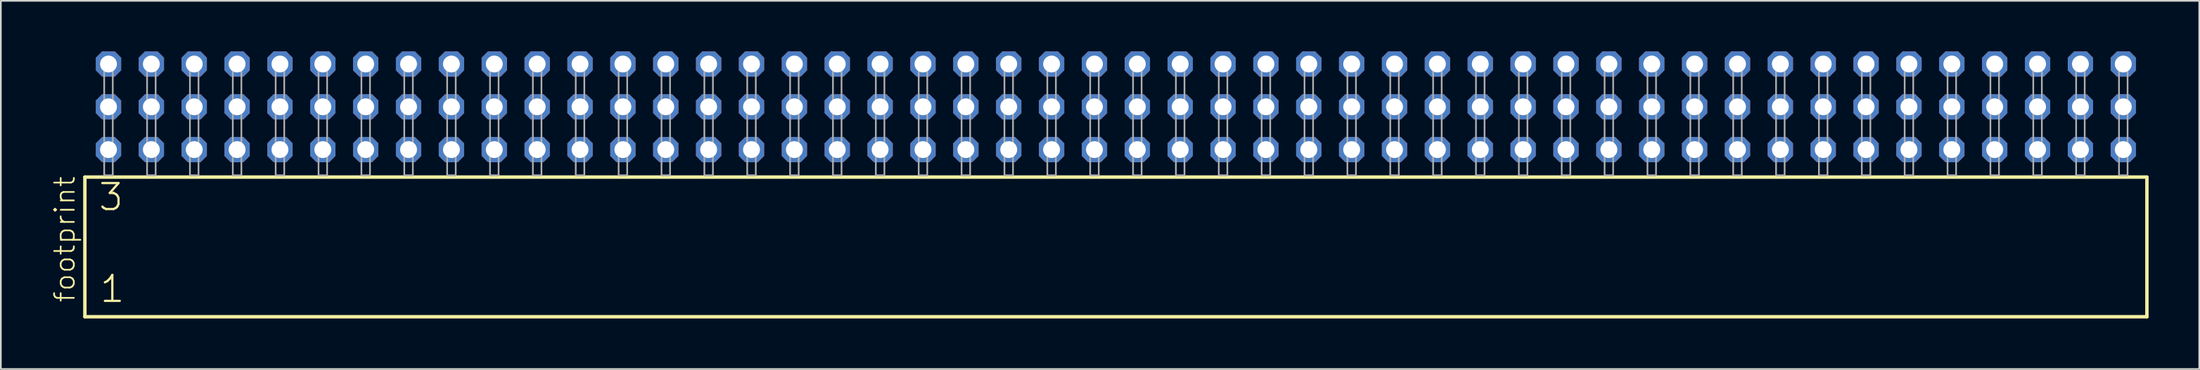
<source format=kicad_pcb>
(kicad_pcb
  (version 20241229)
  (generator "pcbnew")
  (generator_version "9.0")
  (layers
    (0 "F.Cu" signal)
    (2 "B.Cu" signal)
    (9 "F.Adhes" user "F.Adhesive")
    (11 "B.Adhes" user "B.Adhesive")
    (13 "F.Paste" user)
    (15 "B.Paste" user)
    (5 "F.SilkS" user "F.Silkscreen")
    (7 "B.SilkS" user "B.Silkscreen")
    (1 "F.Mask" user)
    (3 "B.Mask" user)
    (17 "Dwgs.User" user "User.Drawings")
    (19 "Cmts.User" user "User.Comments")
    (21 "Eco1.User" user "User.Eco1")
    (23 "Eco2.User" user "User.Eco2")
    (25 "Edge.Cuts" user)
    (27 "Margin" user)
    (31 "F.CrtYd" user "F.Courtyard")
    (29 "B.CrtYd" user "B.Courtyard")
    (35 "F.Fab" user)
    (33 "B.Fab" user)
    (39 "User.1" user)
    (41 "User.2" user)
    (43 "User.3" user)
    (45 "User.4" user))
  (footprint "footprint"
    (layer "F.Cu")
    (at 63.068 7.354)
    (property "Reference" "footprint" (at -61.595 7.62 90) (layer "F.SilkS") (effects (font (size 1.168 1.168) (thickness 0.102)) (justify left bottom)))
    (fp_line (start -61.089 0.106) (end -61.089 8.396) (stroke (width 0.203) (type solid)) (layer "F.SilkS"))
    (fp_line (start -61.089 8.396) (end 61.089 8.396) (stroke (width 0.203) (type solid)) (layer "F.SilkS"))
    (fp_line (start 61.089 0.106) (end -61.089 0.106) (stroke (width 0.203) (type solid)) (layer "F.SilkS"))
    (fp_line (start 61.089 8.396) (end 61.089 0.106) (stroke (width 0.203) (type solid)) (layer "F.SilkS"))
    (fp_poly (pts (xy -59.944 0) (xy -59.436 0) (xy -59.436 -6.858) (xy -59.944 -6.858)) (stroke (width 0.1) (type solid)) (fill no) (layer "F.Fab"))
    (fp_poly (pts (xy -57.404 0) (xy -56.896 0) (xy -56.896 -6.858) (xy -57.404 -6.858)) (stroke (width 0.1) (type solid)) (fill no) (layer "F.Fab"))
    (fp_poly (pts (xy -54.864 0) (xy -54.356 0) (xy -54.356 -6.858) (xy -54.864 -6.858)) (stroke (width 0.1) (type solid)) (fill no) (layer "F.Fab"))
    (fp_poly (pts (xy -52.324 0) (xy -51.816 0) (xy -51.816 -6.858) (xy -52.324 -6.858)) (stroke (width 0.1) (type solid)) (fill no) (layer "F.Fab"))
    (fp_poly (pts (xy -49.784 0) (xy -49.276 0) (xy -49.276 -6.858) (xy -49.784 -6.858)) (stroke (width 0.1) (type solid)) (fill no) (layer "F.Fab"))
    (fp_poly (pts (xy -47.244 0) (xy -46.736 0) (xy -46.736 -6.858) (xy -47.244 -6.858)) (stroke (width 0.1) (type solid)) (fill no) (layer "F.Fab"))
    (fp_poly (pts (xy -44.704 0) (xy -44.196 0) (xy -44.196 -6.858) (xy -44.704 -6.858)) (stroke (width 0.1) (type solid)) (fill no) (layer "F.Fab"))
    (fp_poly (pts (xy -42.164 0) (xy -41.656 0) (xy -41.656 -6.858) (xy -42.164 -6.858)) (stroke (width 0.1) (type solid)) (fill no) (layer "F.Fab"))
    (fp_poly (pts (xy -39.624 0) (xy -39.116 0) (xy -39.116 -6.858) (xy -39.624 -6.858)) (stroke (width 0.1) (type solid)) (fill no) (layer "F.Fab"))
    (fp_poly (pts (xy -37.084 0) (xy -36.576 0) (xy -36.576 -6.858) (xy -37.084 -6.858)) (stroke (width 0.1) (type solid)) (fill no) (layer "F.Fab"))
    (fp_poly (pts (xy -34.544 0) (xy -34.036 0) (xy -34.036 -6.858) (xy -34.544 -6.858)) (stroke (width 0.1) (type solid)) (fill no) (layer "F.Fab"))
    (fp_poly (pts (xy -32.004 0) (xy -31.496 0) (xy -31.496 -6.858) (xy -32.004 -6.858)) (stroke (width 0.1) (type solid)) (fill no) (layer "F.Fab"))
    (fp_poly (pts (xy -29.464 0) (xy -28.956 0) (xy -28.956 -6.858) (xy -29.464 -6.858)) (stroke (width 0.1) (type solid)) (fill no) (layer "F.Fab"))
    (fp_poly (pts (xy -26.924 0) (xy -26.416 0) (xy -26.416 -6.858) (xy -26.924 -6.858)) (stroke (width 0.1) (type solid)) (fill no) (layer "F.Fab"))
    (fp_poly (pts (xy -24.384 0) (xy -23.876 0) (xy -23.876 -6.858) (xy -24.384 -6.858)) (stroke (width 0.1) (type solid)) (fill no) (layer "F.Fab"))
    (fp_poly (pts (xy -21.844 0) (xy -21.336 0) (xy -21.336 -6.858) (xy -21.844 -6.858)) (stroke (width 0.1) (type solid)) (fill no) (layer "F.Fab"))
    (fp_poly (pts (xy -19.304 0) (xy -18.796 0) (xy -18.796 -6.858) (xy -19.304 -6.858)) (stroke (width 0.1) (type solid)) (fill no) (layer "F.Fab"))
    (fp_poly (pts (xy -16.764 0) (xy -16.256 0) (xy -16.256 -6.858) (xy -16.764 -6.858)) (stroke (width 0.1) (type solid)) (fill no) (layer "F.Fab"))
    (fp_poly (pts (xy -14.224 0) (xy -13.716 0) (xy -13.716 -6.858) (xy -14.224 -6.858)) (stroke (width 0.1) (type solid)) (fill no) (layer "F.Fab"))
    (fp_poly (pts (xy -11.684 0) (xy -11.176 0) (xy -11.176 -6.858) (xy -11.684 -6.858)) (stroke (width 0.1) (type solid)) (fill no) (layer "F.Fab"))
    (fp_poly (pts (xy -9.144 0) (xy -8.636 0) (xy -8.636 -6.858) (xy -9.144 -6.858)) (stroke (width 0.1) (type solid)) (fill no) (layer "F.Fab"))
    (fp_poly (pts (xy -6.604 0) (xy -6.096 0) (xy -6.096 -6.858) (xy -6.604 -6.858)) (stroke (width 0.1) (type solid)) (fill no) (layer "F.Fab"))
    (fp_poly (pts (xy -4.064 0) (xy -3.556 0) (xy -3.556 -6.858) (xy -4.064 -6.858)) (stroke (width 0.1) (type solid)) (fill no) (layer "F.Fab"))
    (fp_poly (pts (xy -1.524 0) (xy -1.016 0) (xy -1.016 -6.858) (xy -1.524 -6.858)) (stroke (width 0.1) (type solid)) (fill no) (layer "F.Fab"))
    (fp_poly (pts (xy 1.016 0) (xy 1.524 0) (xy 1.524 -6.858) (xy 1.016 -6.858)) (stroke (width 0.1) (type solid)) (fill no) (layer "F.Fab"))
    (fp_poly (pts (xy 3.556 0) (xy 4.064 0) (xy 4.064 -6.858) (xy 3.556 -6.858)) (stroke (width 0.1) (type solid)) (fill no) (layer "F.Fab"))
    (fp_poly (pts (xy 6.096 0) (xy 6.604 0) (xy 6.604 -6.858) (xy 6.096 -6.858)) (stroke (width 0.1) (type solid)) (fill no) (layer "F.Fab"))
    (fp_poly (pts (xy 8.636 0) (xy 9.144 0) (xy 9.144 -6.858) (xy 8.636 -6.858)) (stroke (width 0.1) (type solid)) (fill no) (layer "F.Fab"))
    (fp_poly (pts (xy 11.176 0) (xy 11.684 0) (xy 11.684 -6.858) (xy 11.176 -6.858)) (stroke (width 0.1) (type solid)) (fill no) (layer "F.Fab"))
    (fp_poly (pts (xy 13.716 0) (xy 14.224 0) (xy 14.224 -6.858) (xy 13.716 -6.858)) (stroke (width 0.1) (type solid)) (fill no) (layer "F.Fab"))
    (fp_poly (pts (xy 16.256 0) (xy 16.764 0) (xy 16.764 -6.858) (xy 16.256 -6.858)) (stroke (width 0.1) (type solid)) (fill no) (layer "F.Fab"))
    (fp_poly (pts (xy 18.796 0) (xy 19.304 0) (xy 19.304 -6.858) (xy 18.796 -6.858)) (stroke (width 0.1) (type solid)) (fill no) (layer "F.Fab"))
    (fp_poly (pts (xy 21.336 0) (xy 21.844 0) (xy 21.844 -6.858) (xy 21.336 -6.858)) (stroke (width 0.1) (type solid)) (fill no) (layer "F.Fab"))
    (fp_poly (pts (xy 23.876 0) (xy 24.384 0) (xy 24.384 -6.858) (xy 23.876 -6.858)) (stroke (width 0.1) (type solid)) (fill no) (layer "F.Fab"))
    (fp_poly (pts (xy 26.416 0) (xy 26.924 0) (xy 26.924 -6.858) (xy 26.416 -6.858)) (stroke (width 0.1) (type solid)) (fill no) (layer "F.Fab"))
    (fp_poly (pts (xy 28.956 0) (xy 29.464 0) (xy 29.464 -6.858) (xy 28.956 -6.858)) (stroke (width 0.1) (type solid)) (fill no) (layer "F.Fab"))
    (fp_poly (pts (xy 31.496 0) (xy 32.004 0) (xy 32.004 -6.858) (xy 31.496 -6.858)) (stroke (width 0.1) (type solid)) (fill no) (layer "F.Fab"))
    (fp_poly (pts (xy 34.036 0) (xy 34.544 0) (xy 34.544 -6.858) (xy 34.036 -6.858)) (stroke (width 0.1) (type solid)) (fill no) (layer "F.Fab"))
    (fp_poly (pts (xy 36.576 0) (xy 37.084 0) (xy 37.084 -6.858) (xy 36.576 -6.858)) (stroke (width 0.1) (type solid)) (fill no) (layer "F.Fab"))
    (fp_poly (pts (xy 39.116 0) (xy 39.624 0) (xy 39.624 -6.858) (xy 39.116 -6.858)) (stroke (width 0.1) (type solid)) (fill no) (layer "F.Fab"))
    (fp_poly (pts (xy 41.656 0) (xy 42.164 0) (xy 42.164 -6.858) (xy 41.656 -6.858)) (stroke (width 0.1) (type solid)) (fill no) (layer "F.Fab"))
    (fp_poly (pts (xy 44.196 0) (xy 44.704 0) (xy 44.704 -6.858) (xy 44.196 -6.858)) (stroke (width 0.1) (type solid)) (fill no) (layer "F.Fab"))
    (fp_poly (pts (xy 46.736 0) (xy 47.244 0) (xy 47.244 -6.858) (xy 46.736 -6.858)) (stroke (width 0.1) (type solid)) (fill no) (layer "F.Fab"))
    (fp_poly (pts (xy 49.276 0) (xy 49.784 0) (xy 49.784 -6.858) (xy 49.276 -6.858)) (stroke (width 0.1) (type solid)) (fill no) (layer "F.Fab"))
    (fp_poly (pts (xy 51.816 0) (xy 52.324 0) (xy 52.324 -6.858) (xy 51.816 -6.858)) (stroke (width 0.1) (type solid)) (fill no) (layer "F.Fab"))
    (fp_poly (pts (xy 54.356 0) (xy 54.864 0) (xy 54.864 -6.858) (xy 54.356 -6.858)) (stroke (width 0.1) (type solid)) (fill no) (layer "F.Fab"))
    (fp_poly (pts (xy 56.896 0) (xy 57.404 0) (xy 57.404 -6.858) (xy 56.896 -6.858)) (stroke (width 0.1) (type solid)) (fill no) (layer "F.Fab"))
    (fp_poly (pts (xy 59.436 0) (xy 59.944 0) (xy 59.944 -6.858) (xy 59.436 -6.858)) (stroke (width 0.1) (type solid)) (fill no) (layer "F.Fab"))
    (fp_text user "1" (at -60.285 7.65 0) (layer "F.SilkS") (effects (font (size 1.542 1.542) (thickness 0.134)) (justify left bottom)))
    (fp_text user "3" (at -60.36 2.2 0) (layer "F.SilkS") (effects (font (size 1.542 1.542) (thickness 0.134)) (justify left bottom)))
    (pad "1" thru_hole roundrect (at -59.69 -1.524) (size 1.5 1.5) (drill 1) (layers "*.Cu" "*.Mask") (roundrect_rratio 0.25) (chamfer_ratio 0.25) (chamfer top_left top_right bottom_left bottom_right))
    (pad "2" thru_hole roundrect (at -59.69 -4.064) (size 1.5 1.5) (drill 1) (layers "*.Cu" "*.Mask") (roundrect_rratio 0.25) (chamfer_ratio 0.25) (chamfer top_left top_right bottom_left bottom_right))
    (pad "3" thru_hole roundrect (at -59.69 -6.604) (size 1.5 1.5) (drill 1) (layers "*.Cu" "*.Mask") (roundrect_rratio 0.25) (chamfer_ratio 0.25) (chamfer top_left top_right bottom_left bottom_right))
    (pad "4" thru_hole roundrect (at -57.15 -1.524) (size 1.5 1.5) (drill 1) (layers "*.Cu" "*.Mask") (roundrect_rratio 0.25) (chamfer_ratio 0.25) (chamfer top_left top_right bottom_left bottom_right))
    (pad "5" thru_hole roundrect (at -57.15 -4.064) (size 1.5 1.5) (drill 1) (layers "*.Cu" "*.Mask") (roundrect_rratio 0.25) (chamfer_ratio 0.25) (chamfer top_left top_right bottom_left bottom_right))
    (pad "6" thru_hole roundrect (at -57.15 -6.604) (size 1.5 1.5) (drill 1) (layers "*.Cu" "*.Mask") (roundrect_rratio 0.25) (chamfer_ratio 0.25) (chamfer top_left top_right bottom_left bottom_right))
    (pad "7" thru_hole roundrect (at -54.61 -1.524) (size 1.5 1.5) (drill 1) (layers "*.Cu" "*.Mask") (roundrect_rratio 0.25) (chamfer_ratio 0.25) (chamfer top_left top_right bottom_left bottom_right))
    (pad "8" thru_hole roundrect (at -54.61 -4.064) (size 1.5 1.5) (drill 1) (layers "*.Cu" "*.Mask") (roundrect_rratio 0.25) (chamfer_ratio 0.25) (chamfer top_left top_right bottom_left bottom_right))
    (pad "9" thru_hole roundrect (at -54.61 -6.604) (size 1.5 1.5) (drill 1) (layers "*.Cu" "*.Mask") (roundrect_rratio 0.25) (chamfer_ratio 0.25) (chamfer top_left top_right bottom_left bottom_right))
    (pad "10" thru_hole roundrect (at -52.07 -1.524) (size 1.5 1.5) (drill 1) (layers "*.Cu" "*.Mask") (roundrect_rratio 0.25) (chamfer_ratio 0.25) (chamfer top_left top_right bottom_left bottom_right))
    (pad "11" thru_hole roundrect (at -52.07 -4.064) (size 1.5 1.5) (drill 1) (layers "*.Cu" "*.Mask") (roundrect_rratio 0.25) (chamfer_ratio 0.25) (chamfer top_left top_right bottom_left bottom_right))
    (pad "12" thru_hole roundrect (at -52.07 -6.604) (size 1.5 1.5) (drill 1) (layers "*.Cu" "*.Mask") (roundrect_rratio 0.25) (chamfer_ratio 0.25) (chamfer top_left top_right bottom_left bottom_right))
    (pad "13" thru_hole roundrect (at -49.53 -1.524) (size 1.5 1.5) (drill 1) (layers "*.Cu" "*.Mask") (roundrect_rratio 0.25) (chamfer_ratio 0.25) (chamfer top_left top_right bottom_left bottom_right))
    (pad "14" thru_hole roundrect (at -49.53 -4.064) (size 1.5 1.5) (drill 1) (layers "*.Cu" "*.Mask") (roundrect_rratio 0.25) (chamfer_ratio 0.25) (chamfer top_left top_right bottom_left bottom_right))
    (pad "15" thru_hole roundrect (at -49.53 -6.604) (size 1.5 1.5) (drill 1) (layers "*.Cu" "*.Mask") (roundrect_rratio 0.25) (chamfer_ratio 0.25) (chamfer top_left top_right bottom_left bottom_right))
    (pad "16" thru_hole roundrect (at -46.99 -1.524) (size 1.5 1.5) (drill 1) (layers "*.Cu" "*.Mask") (roundrect_rratio 0.25) (chamfer_ratio 0.25) (chamfer top_left top_right bottom_left bottom_right))
    (pad "17" thru_hole roundrect (at -46.99 -4.064) (size 1.5 1.5) (drill 1) (layers "*.Cu" "*.Mask") (roundrect_rratio 0.25) (chamfer_ratio 0.25) (chamfer top_left top_right bottom_left bottom_right))
    (pad "18" thru_hole roundrect (at -46.99 -6.604) (size 1.5 1.5) (drill 1) (layers "*.Cu" "*.Mask") (roundrect_rratio 0.25) (chamfer_ratio 0.25) (chamfer top_left top_right bottom_left bottom_right))
    (pad "19" thru_hole roundrect (at -44.45 -1.524) (size 1.5 1.5) (drill 1) (layers "*.Cu" "*.Mask") (roundrect_rratio 0.25) (chamfer_ratio 0.25) (chamfer top_left top_right bottom_left bottom_right))
    (pad "20" thru_hole roundrect (at -44.45 -4.064) (size 1.5 1.5) (drill 1) (layers "*.Cu" "*.Mask") (roundrect_rratio 0.25) (chamfer_ratio 0.25) (chamfer top_left top_right bottom_left bottom_right))
    (pad "21" thru_hole roundrect (at -44.45 -6.604) (size 1.5 1.5) (drill 1) (layers "*.Cu" "*.Mask") (roundrect_rratio 0.25) (chamfer_ratio 0.25) (chamfer top_left top_right bottom_left bottom_right))
    (pad "22" thru_hole roundrect (at -41.91 -1.524) (size 1.5 1.5) (drill 1) (layers "*.Cu" "*.Mask") (roundrect_rratio 0.25) (chamfer_ratio 0.25) (chamfer top_left top_right bottom_left bottom_right))
    (pad "23" thru_hole roundrect (at -41.91 -4.064) (size 1.5 1.5) (drill 1) (layers "*.Cu" "*.Mask") (roundrect_rratio 0.25) (chamfer_ratio 0.25) (chamfer top_left top_right bottom_left bottom_right))
    (pad "24" thru_hole roundrect (at -41.91 -6.604) (size 1.5 1.5) (drill 1) (layers "*.Cu" "*.Mask") (roundrect_rratio 0.25) (chamfer_ratio 0.25) (chamfer top_left top_right bottom_left bottom_right))
    (pad "25" thru_hole roundrect (at -39.37 -1.524) (size 1.5 1.5) (drill 1) (layers "*.Cu" "*.Mask") (roundrect_rratio 0.25) (chamfer_ratio 0.25) (chamfer top_left top_right bottom_left bottom_right))
    (pad "26" thru_hole roundrect (at -39.37 -4.064) (size 1.5 1.5) (drill 1) (layers "*.Cu" "*.Mask") (roundrect_rratio 0.25) (chamfer_ratio 0.25) (chamfer top_left top_right bottom_left bottom_right))
    (pad "27" thru_hole roundrect (at -39.37 -6.604) (size 1.5 1.5) (drill 1) (layers "*.Cu" "*.Mask") (roundrect_rratio 0.25) (chamfer_ratio 0.25) (chamfer top_left top_right bottom_left bottom_right))
    (pad "28" thru_hole roundrect (at -36.83 -1.524) (size 1.5 1.5) (drill 1) (layers "*.Cu" "*.Mask") (roundrect_rratio 0.25) (chamfer_ratio 0.25) (chamfer top_left top_right bottom_left bottom_right))
    (pad "29" thru_hole roundrect (at -36.83 -4.064) (size 1.5 1.5) (drill 1) (layers "*.Cu" "*.Mask") (roundrect_rratio 0.25) (chamfer_ratio 0.25) (chamfer top_left top_right bottom_left bottom_right))
    (pad "30" thru_hole roundrect (at -36.83 -6.604) (size 1.5 1.5) (drill 1) (layers "*.Cu" "*.Mask") (roundrect_rratio 0.25) (chamfer_ratio 0.25) (chamfer top_left top_right bottom_left bottom_right))
    (pad "31" thru_hole roundrect (at -34.29 -1.524) (size 1.5 1.5) (drill 1) (layers "*.Cu" "*.Mask") (roundrect_rratio 0.25) (chamfer_ratio 0.25) (chamfer top_left top_right bottom_left bottom_right))
    (pad "32" thru_hole roundrect (at -34.29 -4.064) (size 1.5 1.5) (drill 1) (layers "*.Cu" "*.Mask") (roundrect_rratio 0.25) (chamfer_ratio 0.25) (chamfer top_left top_right bottom_left bottom_right))
    (pad "33" thru_hole roundrect (at -34.29 -6.604) (size 1.5 1.5) (drill 1) (layers "*.Cu" "*.Mask") (roundrect_rratio 0.25) (chamfer_ratio 0.25) (chamfer top_left top_right bottom_left bottom_right))
    (pad "34" thru_hole roundrect (at -31.75 -1.524) (size 1.5 1.5) (drill 1) (layers "*.Cu" "*.Mask") (roundrect_rratio 0.25) (chamfer_ratio 0.25) (chamfer top_left top_right bottom_left bottom_right))
    (pad "35" thru_hole roundrect (at -31.75 -4.064) (size 1.5 1.5) (drill 1) (layers "*.Cu" "*.Mask") (roundrect_rratio 0.25) (chamfer_ratio 0.25) (chamfer top_left top_right bottom_left bottom_right))
    (pad "36" thru_hole roundrect (at -31.75 -6.604) (size 1.5 1.5) (drill 1) (layers "*.Cu" "*.Mask") (roundrect_rratio 0.25) (chamfer_ratio 0.25) (chamfer top_left top_right bottom_left bottom_right))
    (pad "37" thru_hole roundrect (at -29.21 -1.524) (size 1.5 1.5) (drill 1) (layers "*.Cu" "*.Mask") (roundrect_rratio 0.25) (chamfer_ratio 0.25) (chamfer top_left top_right bottom_left bottom_right))
    (pad "38" thru_hole roundrect (at -29.21 -4.064) (size 1.5 1.5) (drill 1) (layers "*.Cu" "*.Mask") (roundrect_rratio 0.25) (chamfer_ratio 0.25) (chamfer top_left top_right bottom_left bottom_right))
    (pad "39" thru_hole roundrect (at -29.21 -6.604) (size 1.5 1.5) (drill 1) (layers "*.Cu" "*.Mask") (roundrect_rratio 0.25) (chamfer_ratio 0.25) (chamfer top_left top_right bottom_left bottom_right))
    (pad "40" thru_hole roundrect (at -26.67 -1.524) (size 1.5 1.5) (drill 1) (layers "*.Cu" "*.Mask") (roundrect_rratio 0.25) (chamfer_ratio 0.25) (chamfer top_left top_right bottom_left bottom_right))
    (pad "41" thru_hole roundrect (at -26.67 -4.064) (size 1.5 1.5) (drill 1) (layers "*.Cu" "*.Mask") (roundrect_rratio 0.25) (chamfer_ratio 0.25) (chamfer top_left top_right bottom_left bottom_right))
    (pad "42" thru_hole roundrect (at -26.67 -6.604) (size 1.5 1.5) (drill 1) (layers "*.Cu" "*.Mask") (roundrect_rratio 0.25) (chamfer_ratio 0.25) (chamfer top_left top_right bottom_left bottom_right))
    (pad "43" thru_hole roundrect (at -24.13 -1.524) (size 1.5 1.5) (drill 1) (layers "*.Cu" "*.Mask") (roundrect_rratio 0.25) (chamfer_ratio 0.25) (chamfer top_left top_right bottom_left bottom_right))
    (pad "44" thru_hole roundrect (at -24.13 -4.064) (size 1.5 1.5) (drill 1) (layers "*.Cu" "*.Mask") (roundrect_rratio 0.25) (chamfer_ratio 0.25) (chamfer top_left top_right bottom_left bottom_right))
    (pad "45" thru_hole roundrect (at -24.13 -6.604) (size 1.5 1.5) (drill 1) (layers "*.Cu" "*.Mask") (roundrect_rratio 0.25) (chamfer_ratio 0.25) (chamfer top_left top_right bottom_left bottom_right))
    (pad "46" thru_hole roundrect (at -21.59 -1.524) (size 1.5 1.5) (drill 1) (layers "*.Cu" "*.Mask") (roundrect_rratio 0.25) (chamfer_ratio 0.25) (chamfer top_left top_right bottom_left bottom_right))
    (pad "47" thru_hole roundrect (at -21.59 -4.064) (size 1.5 1.5) (drill 1) (layers "*.Cu" "*.Mask") (roundrect_rratio 0.25) (chamfer_ratio 0.25) (chamfer top_left top_right bottom_left bottom_right))
    (pad "48" thru_hole roundrect (at -21.59 -6.604) (size 1.5 1.5) (drill 1) (layers "*.Cu" "*.Mask") (roundrect_rratio 0.25) (chamfer_ratio 0.25) (chamfer top_left top_right bottom_left bottom_right))
    (pad "49" thru_hole roundrect (at -19.05 -1.524) (size 1.5 1.5) (drill 1) (layers "*.Cu" "*.Mask") (roundrect_rratio 0.25) (chamfer_ratio 0.25) (chamfer top_left top_right bottom_left bottom_right))
    (pad "50" thru_hole roundrect (at -19.05 -4.064) (size 1.5 1.5) (drill 1) (layers "*.Cu" "*.Mask") (roundrect_rratio 0.25) (chamfer_ratio 0.25) (chamfer top_left top_right bottom_left bottom_right))
    (pad "51" thru_hole roundrect (at -19.05 -6.604) (size 1.5 1.5) (drill 1) (layers "*.Cu" "*.Mask") (roundrect_rratio 0.25) (chamfer_ratio 0.25) (chamfer top_left top_right bottom_left bottom_right))
    (pad "52" thru_hole roundrect (at -16.51 -1.524) (size 1.5 1.5) (drill 1) (layers "*.Cu" "*.Mask") (roundrect_rratio 0.25) (chamfer_ratio 0.25) (chamfer top_left top_right bottom_left bottom_right))
    (pad "53" thru_hole roundrect (at -16.51 -4.064) (size 1.5 1.5) (drill 1) (layers "*.Cu" "*.Mask") (roundrect_rratio 0.25) (chamfer_ratio 0.25) (chamfer top_left top_right bottom_left bottom_right))
    (pad "54" thru_hole roundrect (at -16.51 -6.604) (size 1.5 1.5) (drill 1) (layers "*.Cu" "*.Mask") (roundrect_rratio 0.25) (chamfer_ratio 0.25) (chamfer top_left top_right bottom_left bottom_right))
    (pad "55" thru_hole roundrect (at -13.97 -1.524) (size 1.5 1.5) (drill 1) (layers "*.Cu" "*.Mask") (roundrect_rratio 0.25) (chamfer_ratio 0.25) (chamfer top_left top_right bottom_left bottom_right))
    (pad "56" thru_hole roundrect (at -13.97 -4.064) (size 1.5 1.5) (drill 1) (layers "*.Cu" "*.Mask") (roundrect_rratio 0.25) (chamfer_ratio 0.25) (chamfer top_left top_right bottom_left bottom_right))
    (pad "57" thru_hole roundrect (at -13.97 -6.604) (size 1.5 1.5) (drill 1) (layers "*.Cu" "*.Mask") (roundrect_rratio 0.25) (chamfer_ratio 0.25) (chamfer top_left top_right bottom_left bottom_right))
    (pad "58" thru_hole roundrect (at -11.43 -1.524) (size 1.5 1.5) (drill 1) (layers "*.Cu" "*.Mask") (roundrect_rratio 0.25) (chamfer_ratio 0.25) (chamfer top_left top_right bottom_left bottom_right))
    (pad "59" thru_hole roundrect (at -11.43 -4.064) (size 1.5 1.5) (drill 1) (layers "*.Cu" "*.Mask") (roundrect_rratio 0.25) (chamfer_ratio 0.25) (chamfer top_left top_right bottom_left bottom_right))
    (pad "60" thru_hole roundrect (at -11.43 -6.604) (size 1.5 1.5) (drill 1) (layers "*.Cu" "*.Mask") (roundrect_rratio 0.25) (chamfer_ratio 0.25) (chamfer top_left top_right bottom_left bottom_right))
    (pad "61" thru_hole roundrect (at -8.89 -1.524) (size 1.5 1.5) (drill 1) (layers "*.Cu" "*.Mask") (roundrect_rratio 0.25) (chamfer_ratio 0.25) (chamfer top_left top_right bottom_left bottom_right))
    (pad "62" thru_hole roundrect (at -8.89 -4.064) (size 1.5 1.5) (drill 1) (layers "*.Cu" "*.Mask") (roundrect_rratio 0.25) (chamfer_ratio 0.25) (chamfer top_left top_right bottom_left bottom_right))
    (pad "63" thru_hole roundrect (at -8.89 -6.604) (size 1.5 1.5) (drill 1) (layers "*.Cu" "*.Mask") (roundrect_rratio 0.25) (chamfer_ratio 0.25) (chamfer top_left top_right bottom_left bottom_right))
    (pad "64" thru_hole roundrect (at -6.35 -1.524) (size 1.5 1.5) (drill 1) (layers "*.Cu" "*.Mask") (roundrect_rratio 0.25) (chamfer_ratio 0.25) (chamfer top_left top_right bottom_left bottom_right))
    (pad "65" thru_hole roundrect (at -6.35 -4.064) (size 1.5 1.5) (drill 1) (layers "*.Cu" "*.Mask") (roundrect_rratio 0.25) (chamfer_ratio 0.25) (chamfer top_left top_right bottom_left bottom_right))
    (pad "66" thru_hole roundrect (at -6.35 -6.604) (size 1.5 1.5) (drill 1) (layers "*.Cu" "*.Mask") (roundrect_rratio 0.25) (chamfer_ratio 0.25) (chamfer top_left top_right bottom_left bottom_right))
    (pad "67" thru_hole roundrect (at -3.81 -1.524) (size 1.5 1.5) (drill 1) (layers "*.Cu" "*.Mask") (roundrect_rratio 0.25) (chamfer_ratio 0.25) (chamfer top_left top_right bottom_left bottom_right))
    (pad "68" thru_hole roundrect (at -3.81 -4.064) (size 1.5 1.5) (drill 1) (layers "*.Cu" "*.Mask") (roundrect_rratio 0.25) (chamfer_ratio 0.25) (chamfer top_left top_right bottom_left bottom_right))
    (pad "69" thru_hole roundrect (at -3.81 -6.604) (size 1.5 1.5) (drill 1) (layers "*.Cu" "*.Mask") (roundrect_rratio 0.25) (chamfer_ratio 0.25) (chamfer top_left top_right bottom_left bottom_right))
    (pad "70" thru_hole roundrect (at -1.27 -1.524) (size 1.5 1.5) (drill 1) (layers "*.Cu" "*.Mask") (roundrect_rratio 0.25) (chamfer_ratio 0.25) (chamfer top_left top_right bottom_left bottom_right))
    (pad "71" thru_hole roundrect (at -1.27 -4.064) (size 1.5 1.5) (drill 1) (layers "*.Cu" "*.Mask") (roundrect_rratio 0.25) (chamfer_ratio 0.25) (chamfer top_left top_right bottom_left bottom_right))
    (pad "72" thru_hole roundrect (at -1.27 -6.604) (size 1.5 1.5) (drill 1) (layers "*.Cu" "*.Mask") (roundrect_rratio 0.25) (chamfer_ratio 0.25) (chamfer top_left top_right bottom_left bottom_right))
    (pad "73" thru_hole roundrect (at 1.27 -1.524) (size 1.5 1.5) (drill 1) (layers "*.Cu" "*.Mask") (roundrect_rratio 0.25) (chamfer_ratio 0.25) (chamfer top_left top_right bottom_left bottom_right))
    (pad "74" thru_hole roundrect (at 1.27 -4.064) (size 1.5 1.5) (drill 1) (layers "*.Cu" "*.Mask") (roundrect_rratio 0.25) (chamfer_ratio 0.25) (chamfer top_left top_right bottom_left bottom_right))
    (pad "75" thru_hole roundrect (at 1.27 -6.604) (size 1.5 1.5) (drill 1) (layers "*.Cu" "*.Mask") (roundrect_rratio 0.25) (chamfer_ratio 0.25) (chamfer top_left top_right bottom_left bottom_right))
    (pad "76" thru_hole roundrect (at 3.81 -1.524) (size 1.5 1.5) (drill 1) (layers "*.Cu" "*.Mask") (roundrect_rratio 0.25) (chamfer_ratio 0.25) (chamfer top_left top_right bottom_left bottom_right))
    (pad "77" thru_hole roundrect (at 3.81 -4.064) (size 1.5 1.5) (drill 1) (layers "*.Cu" "*.Mask") (roundrect_rratio 0.25) (chamfer_ratio 0.25) (chamfer top_left top_right bottom_left bottom_right))
    (pad "78" thru_hole roundrect (at 3.81 -6.604) (size 1.5 1.5) (drill 1) (layers "*.Cu" "*.Mask") (roundrect_rratio 0.25) (chamfer_ratio 0.25) (chamfer top_left top_right bottom_left bottom_right))
    (pad "79" thru_hole roundrect (at 6.35 -1.524) (size 1.5 1.5) (drill 1) (layers "*.Cu" "*.Mask") (roundrect_rratio 0.25) (chamfer_ratio 0.25) (chamfer top_left top_right bottom_left bottom_right))
    (pad "80" thru_hole roundrect (at 6.35 -4.064) (size 1.5 1.5) (drill 1) (layers "*.Cu" "*.Mask") (roundrect_rratio 0.25) (chamfer_ratio 0.25) (chamfer top_left top_right bottom_left bottom_right))
    (pad "81" thru_hole roundrect (at 6.35 -6.604) (size 1.5 1.5) (drill 1) (layers "*.Cu" "*.Mask") (roundrect_rratio 0.25) (chamfer_ratio 0.25) (chamfer top_left top_right bottom_left bottom_right))
    (pad "82" thru_hole roundrect (at 8.89 -1.524) (size 1.5 1.5) (drill 1) (layers "*.Cu" "*.Mask") (roundrect_rratio 0.25) (chamfer_ratio 0.25) (chamfer top_left top_right bottom_left bottom_right))
    (pad "83" thru_hole roundrect (at 8.89 -4.064) (size 1.5 1.5) (drill 1) (layers "*.Cu" "*.Mask") (roundrect_rratio 0.25) (chamfer_ratio 0.25) (chamfer top_left top_right bottom_left bottom_right))
    (pad "84" thru_hole roundrect (at 8.89 -6.604) (size 1.5 1.5) (drill 1) (layers "*.Cu" "*.Mask") (roundrect_rratio 0.25) (chamfer_ratio 0.25) (chamfer top_left top_right bottom_left bottom_right))
    (pad "85" thru_hole roundrect (at 11.43 -1.524) (size 1.5 1.5) (drill 1) (layers "*.Cu" "*.Mask") (roundrect_rratio 0.25) (chamfer_ratio 0.25) (chamfer top_left top_right bottom_left bottom_right))
    (pad "86" thru_hole roundrect (at 11.43 -4.064) (size 1.5 1.5) (drill 1) (layers "*.Cu" "*.Mask") (roundrect_rratio 0.25) (chamfer_ratio 0.25) (chamfer top_left top_right bottom_left bottom_right))
    (pad "87" thru_hole roundrect (at 11.43 -6.604) (size 1.5 1.5) (drill 1) (layers "*.Cu" "*.Mask") (roundrect_rratio 0.25) (chamfer_ratio 0.25) (chamfer top_left top_right bottom_left bottom_right))
    (pad "88" thru_hole roundrect (at 13.97 -1.524) (size 1.5 1.5) (drill 1) (layers "*.Cu" "*.Mask") (roundrect_rratio 0.25) (chamfer_ratio 0.25) (chamfer top_left top_right bottom_left bottom_right))
    (pad "89" thru_hole roundrect (at 13.97 -4.064) (size 1.5 1.5) (drill 1) (layers "*.Cu" "*.Mask") (roundrect_rratio 0.25) (chamfer_ratio 0.25) (chamfer top_left top_right bottom_left bottom_right))
    (pad "90" thru_hole roundrect (at 13.97 -6.604) (size 1.5 1.5) (drill 1) (layers "*.Cu" "*.Mask") (roundrect_rratio 0.25) (chamfer_ratio 0.25) (chamfer top_left top_right bottom_left bottom_right))
    (pad "91" thru_hole roundrect (at 16.51 -1.524) (size 1.5 1.5) (drill 1) (layers "*.Cu" "*.Mask") (roundrect_rratio 0.25) (chamfer_ratio 0.25) (chamfer top_left top_right bottom_left bottom_right))
    (pad "92" thru_hole roundrect (at 16.51 -4.064) (size 1.5 1.5) (drill 1) (layers "*.Cu" "*.Mask") (roundrect_rratio 0.25) (chamfer_ratio 0.25) (chamfer top_left top_right bottom_left bottom_right))
    (pad "93" thru_hole roundrect (at 16.51 -6.604) (size 1.5 1.5) (drill 1) (layers "*.Cu" "*.Mask") (roundrect_rratio 0.25) (chamfer_ratio 0.25) (chamfer top_left top_right bottom_left bottom_right))
    (pad "94" thru_hole roundrect (at 19.05 -1.524) (size 1.5 1.5) (drill 1) (layers "*.Cu" "*.Mask") (roundrect_rratio 0.25) (chamfer_ratio 0.25) (chamfer top_left top_right bottom_left bottom_right))
    (pad "95" thru_hole roundrect (at 19.05 -4.064) (size 1.5 1.5) (drill 1) (layers "*.Cu" "*.Mask") (roundrect_rratio 0.25) (chamfer_ratio 0.25) (chamfer top_left top_right bottom_left bottom_right))
    (pad "96" thru_hole roundrect (at 19.05 -6.604) (size 1.5 1.5) (drill 1) (layers "*.Cu" "*.Mask") (roundrect_rratio 0.25) (chamfer_ratio 0.25) (chamfer top_left top_right bottom_left bottom_right))
    (pad "97" thru_hole roundrect (at 21.59 -1.524) (size 1.5 1.5) (drill 1) (layers "*.Cu" "*.Mask") (roundrect_rratio 0.25) (chamfer_ratio 0.25) (chamfer top_left top_right bottom_left bottom_right))
    (pad "98" thru_hole roundrect (at 21.59 -4.064) (size 1.5 1.5) (drill 1) (layers "*.Cu" "*.Mask") (roundrect_rratio 0.25) (chamfer_ratio 0.25) (chamfer top_left top_right bottom_left bottom_right))
    (pad "99" thru_hole roundrect (at 21.59 -6.604) (size 1.5 1.5) (drill 1) (layers "*.Cu" "*.Mask") (roundrect_rratio 0.25) (chamfer_ratio 0.25) (chamfer top_left top_right bottom_left bottom_right))
    (pad "100" thru_hole roundrect (at 24.13 -1.524) (size 1.5 1.5) (drill 1) (layers "*.Cu" "*.Mask") (roundrect_rratio 0.25) (chamfer_ratio 0.25) (chamfer top_left top_right bottom_left bottom_right))
    (pad "101" thru_hole roundrect (at 24.13 -4.064) (size 1.5 1.5) (drill 1) (layers "*.Cu" "*.Mask") (roundrect_rratio 0.25) (chamfer_ratio 0.25) (chamfer top_left top_right bottom_left bottom_right))
    (pad "102" thru_hole roundrect (at 24.13 -6.604) (size 1.5 1.5) (drill 1) (layers "*.Cu" "*.Mask") (roundrect_rratio 0.25) (chamfer_ratio 0.25) (chamfer top_left top_right bottom_left bottom_right))
    (pad "103" thru_hole roundrect (at 26.67 -1.524) (size 1.5 1.5) (drill 1) (layers "*.Cu" "*.Mask") (roundrect_rratio 0.25) (chamfer_ratio 0.25) (chamfer top_left top_right bottom_left bottom_right))
    (pad "104" thru_hole roundrect (at 26.67 -4.064) (size 1.5 1.5) (drill 1) (layers "*.Cu" "*.Mask") (roundrect_rratio 0.25) (chamfer_ratio 0.25) (chamfer top_left top_right bottom_left bottom_right))
    (pad "105" thru_hole roundrect (at 26.67 -6.604) (size 1.5 1.5) (drill 1) (layers "*.Cu" "*.Mask") (roundrect_rratio 0.25) (chamfer_ratio 0.25) (chamfer top_left top_right bottom_left bottom_right))
    (pad "106" thru_hole roundrect (at 29.21 -1.524) (size 1.5 1.5) (drill 1) (layers "*.Cu" "*.Mask") (roundrect_rratio 0.25) (chamfer_ratio 0.25) (chamfer top_left top_right bottom_left bottom_right))
    (pad "107" thru_hole roundrect (at 29.21 -4.064) (size 1.5 1.5) (drill 1) (layers "*.Cu" "*.Mask") (roundrect_rratio 0.25) (chamfer_ratio 0.25) (chamfer top_left top_right bottom_left bottom_right))
    (pad "108" thru_hole roundrect (at 29.21 -6.604) (size 1.5 1.5) (drill 1) (layers "*.Cu" "*.Mask") (roundrect_rratio 0.25) (chamfer_ratio 0.25) (chamfer top_left top_right bottom_left bottom_right))
    (pad "109" thru_hole roundrect (at 31.75 -1.524) (size 1.5 1.5) (drill 1) (layers "*.Cu" "*.Mask") (roundrect_rratio 0.25) (chamfer_ratio 0.25) (chamfer top_left top_right bottom_left bottom_right))
    (pad "110" thru_hole roundrect (at 31.75 -4.064) (size 1.5 1.5) (drill 1) (layers "*.Cu" "*.Mask") (roundrect_rratio 0.25) (chamfer_ratio 0.25) (chamfer top_left top_right bottom_left bottom_right))
    (pad "111" thru_hole roundrect (at 31.75 -6.604) (size 1.5 1.5) (drill 1) (layers "*.Cu" "*.Mask") (roundrect_rratio 0.25) (chamfer_ratio 0.25) (chamfer top_left top_right bottom_left bottom_right))
    (pad "112" thru_hole roundrect (at 34.29 -1.524) (size 1.5 1.5) (drill 1) (layers "*.Cu" "*.Mask") (roundrect_rratio 0.25) (chamfer_ratio 0.25) (chamfer top_left top_right bottom_left bottom_right))
    (pad "113" thru_hole roundrect (at 34.29 -4.064) (size 1.5 1.5) (drill 1) (layers "*.Cu" "*.Mask") (roundrect_rratio 0.25) (chamfer_ratio 0.25) (chamfer top_left top_right bottom_left bottom_right))
    (pad "114" thru_hole roundrect (at 34.29 -6.604) (size 1.5 1.5) (drill 1) (layers "*.Cu" "*.Mask") (roundrect_rratio 0.25) (chamfer_ratio 0.25) (chamfer top_left top_right bottom_left bottom_right))
    (pad "115" thru_hole roundrect (at 36.83 -1.524) (size 1.5 1.5) (drill 1) (layers "*.Cu" "*.Mask") (roundrect_rratio 0.25) (chamfer_ratio 0.25) (chamfer top_left top_right bottom_left bottom_right))
    (pad "116" thru_hole roundrect (at 36.83 -4.064) (size 1.5 1.5) (drill 1) (layers "*.Cu" "*.Mask") (roundrect_rratio 0.25) (chamfer_ratio 0.25) (chamfer top_left top_right bottom_left bottom_right))
    (pad "117" thru_hole roundrect (at 36.83 -6.604) (size 1.5 1.5) (drill 1) (layers "*.Cu" "*.Mask") (roundrect_rratio 0.25) (chamfer_ratio 0.25) (chamfer top_left top_right bottom_left bottom_right))
    (pad "118" thru_hole roundrect (at 39.37 -1.524) (size 1.5 1.5) (drill 1) (layers "*.Cu" "*.Mask") (roundrect_rratio 0.25) (chamfer_ratio 0.25) (chamfer top_left top_right bottom_left bottom_right))
    (pad "119" thru_hole roundrect (at 39.37 -4.064) (size 1.5 1.5) (drill 1) (layers "*.Cu" "*.Mask") (roundrect_rratio 0.25) (chamfer_ratio 0.25) (chamfer top_left top_right bottom_left bottom_right))
    (pad "120" thru_hole roundrect (at 39.37 -6.604) (size 1.5 1.5) (drill 1) (layers "*.Cu" "*.Mask") (roundrect_rratio 0.25) (chamfer_ratio 0.25) (chamfer top_left top_right bottom_left bottom_right))
    (pad "121" thru_hole roundrect (at 41.91 -1.524) (size 1.5 1.5) (drill 1) (layers "*.Cu" "*.Mask") (roundrect_rratio 0.25) (chamfer_ratio 0.25) (chamfer top_left top_right bottom_left bottom_right))
    (pad "122" thru_hole roundrect (at 41.91 -4.064) (size 1.5 1.5) (drill 1) (layers "*.Cu" "*.Mask") (roundrect_rratio 0.25) (chamfer_ratio 0.25) (chamfer top_left top_right bottom_left bottom_right))
    (pad "123" thru_hole roundrect (at 41.91 -6.604) (size 1.5 1.5) (drill 1) (layers "*.Cu" "*.Mask") (roundrect_rratio 0.25) (chamfer_ratio 0.25) (chamfer top_left top_right bottom_left bottom_right))
    (pad "124" thru_hole roundrect (at 44.45 -1.524) (size 1.5 1.5) (drill 1) (layers "*.Cu" "*.Mask") (roundrect_rratio 0.25) (chamfer_ratio 0.25) (chamfer top_left top_right bottom_left bottom_right))
    (pad "125" thru_hole roundrect (at 44.45 -4.064) (size 1.5 1.5) (drill 1) (layers "*.Cu" "*.Mask") (roundrect_rratio 0.25) (chamfer_ratio 0.25) (chamfer top_left top_right bottom_left bottom_right))
    (pad "126" thru_hole roundrect (at 44.45 -6.604) (size 1.5 1.5) (drill 1) (layers "*.Cu" "*.Mask") (roundrect_rratio 0.25) (chamfer_ratio 0.25) (chamfer top_left top_right bottom_left bottom_right))
    (pad "127" thru_hole roundrect (at 46.99 -1.524) (size 1.5 1.5) (drill 1) (layers "*.Cu" "*.Mask") (roundrect_rratio 0.25) (chamfer_ratio 0.25) (chamfer top_left top_right bottom_left bottom_right))
    (pad "128" thru_hole roundrect (at 46.99 -4.064) (size 1.5 1.5) (drill 1) (layers "*.Cu" "*.Mask") (roundrect_rratio 0.25) (chamfer_ratio 0.25) (chamfer top_left top_right bottom_left bottom_right))
    (pad "129" thru_hole roundrect (at 46.99 -6.604) (size 1.5 1.5) (drill 1) (layers "*.Cu" "*.Mask") (roundrect_rratio 0.25) (chamfer_ratio 0.25) (chamfer top_left top_right bottom_left bottom_right))
    (pad "130" thru_hole roundrect (at 49.53 -1.524) (size 1.5 1.5) (drill 1) (layers "*.Cu" "*.Mask") (roundrect_rratio 0.25) (chamfer_ratio 0.25) (chamfer top_left top_right bottom_left bottom_right))
    (pad "131" thru_hole roundrect (at 49.53 -4.064) (size 1.5 1.5) (drill 1) (layers "*.Cu" "*.Mask") (roundrect_rratio 0.25) (chamfer_ratio 0.25) (chamfer top_left top_right bottom_left bottom_right))
    (pad "132" thru_hole roundrect (at 49.53 -6.604) (size 1.5 1.5) (drill 1) (layers "*.Cu" "*.Mask") (roundrect_rratio 0.25) (chamfer_ratio 0.25) (chamfer top_left top_right bottom_left bottom_right))
    (pad "133" thru_hole roundrect (at 52.07 -1.524) (size 1.5 1.5) (drill 1) (layers "*.Cu" "*.Mask") (roundrect_rratio 0.25) (chamfer_ratio 0.25) (chamfer top_left top_right bottom_left bottom_right))
    (pad "134" thru_hole roundrect (at 52.07 -4.064) (size 1.5 1.5) (drill 1) (layers "*.Cu" "*.Mask") (roundrect_rratio 0.25) (chamfer_ratio 0.25) (chamfer top_left top_right bottom_left bottom_right))
    (pad "135" thru_hole roundrect (at 52.07 -6.604) (size 1.5 1.5) (drill 1) (layers "*.Cu" "*.Mask") (roundrect_rratio 0.25) (chamfer_ratio 0.25) (chamfer top_left top_right bottom_left bottom_right))
    (pad "136" thru_hole roundrect (at 54.61 -1.524) (size 1.5 1.5) (drill 1) (layers "*.Cu" "*.Mask") (roundrect_rratio 0.25) (chamfer_ratio 0.25) (chamfer top_left top_right bottom_left bottom_right))
    (pad "137" thru_hole roundrect (at 54.61 -4.064) (size 1.5 1.5) (drill 1) (layers "*.Cu" "*.Mask") (roundrect_rratio 0.25) (chamfer_ratio 0.25) (chamfer top_left top_right bottom_left bottom_right))
    (pad "138" thru_hole roundrect (at 54.61 -6.604) (size 1.5 1.5) (drill 1) (layers "*.Cu" "*.Mask") (roundrect_rratio 0.25) (chamfer_ratio 0.25) (chamfer top_left top_right bottom_left bottom_right))
    (pad "139" thru_hole roundrect (at 57.15 -1.524) (size 1.5 1.5) (drill 1) (layers "*.Cu" "*.Mask") (roundrect_rratio 0.25) (chamfer_ratio 0.25) (chamfer top_left top_right bottom_left bottom_right))
    (pad "140" thru_hole roundrect (at 57.15 -4.064) (size 1.5 1.5) (drill 1) (layers "*.Cu" "*.Mask") (roundrect_rratio 0.25) (chamfer_ratio 0.25) (chamfer top_left top_right bottom_left bottom_right))
    (pad "141" thru_hole roundrect (at 57.15 -6.604) (size 1.5 1.5) (drill 1) (layers "*.Cu" "*.Mask") (roundrect_rratio 0.25) (chamfer_ratio 0.25) (chamfer top_left top_right bottom_left bottom_right))
    (pad "142" thru_hole roundrect (at 59.69 -1.524) (size 1.5 1.5) (drill 1) (layers "*.Cu" "*.Mask") (roundrect_rratio 0.25) (chamfer_ratio 0.25) (chamfer top_left top_right bottom_left bottom_right))
    (pad "143" thru_hole roundrect (at 59.69 -4.064) (size 1.5 1.5) (drill 1) (layers "*.Cu" "*.Mask") (roundrect_rratio 0.25) (chamfer_ratio 0.25) (chamfer top_left top_right bottom_left bottom_right))
    (pad "144" thru_hole roundrect (at 59.69 -6.604) (size 1.5 1.5) (drill 1) (layers "*.Cu" "*.Mask") (roundrect_rratio 0.25) (chamfer_ratio 0.25) (chamfer top_left top_right bottom_left bottom_right)))
  (gr_rect
    (start -3 -3)
    (end 127.259 18.852)
    (stroke (width 0.1) (type default))
    (fill no)
    (layer "Edge.Cuts")))
</source>
